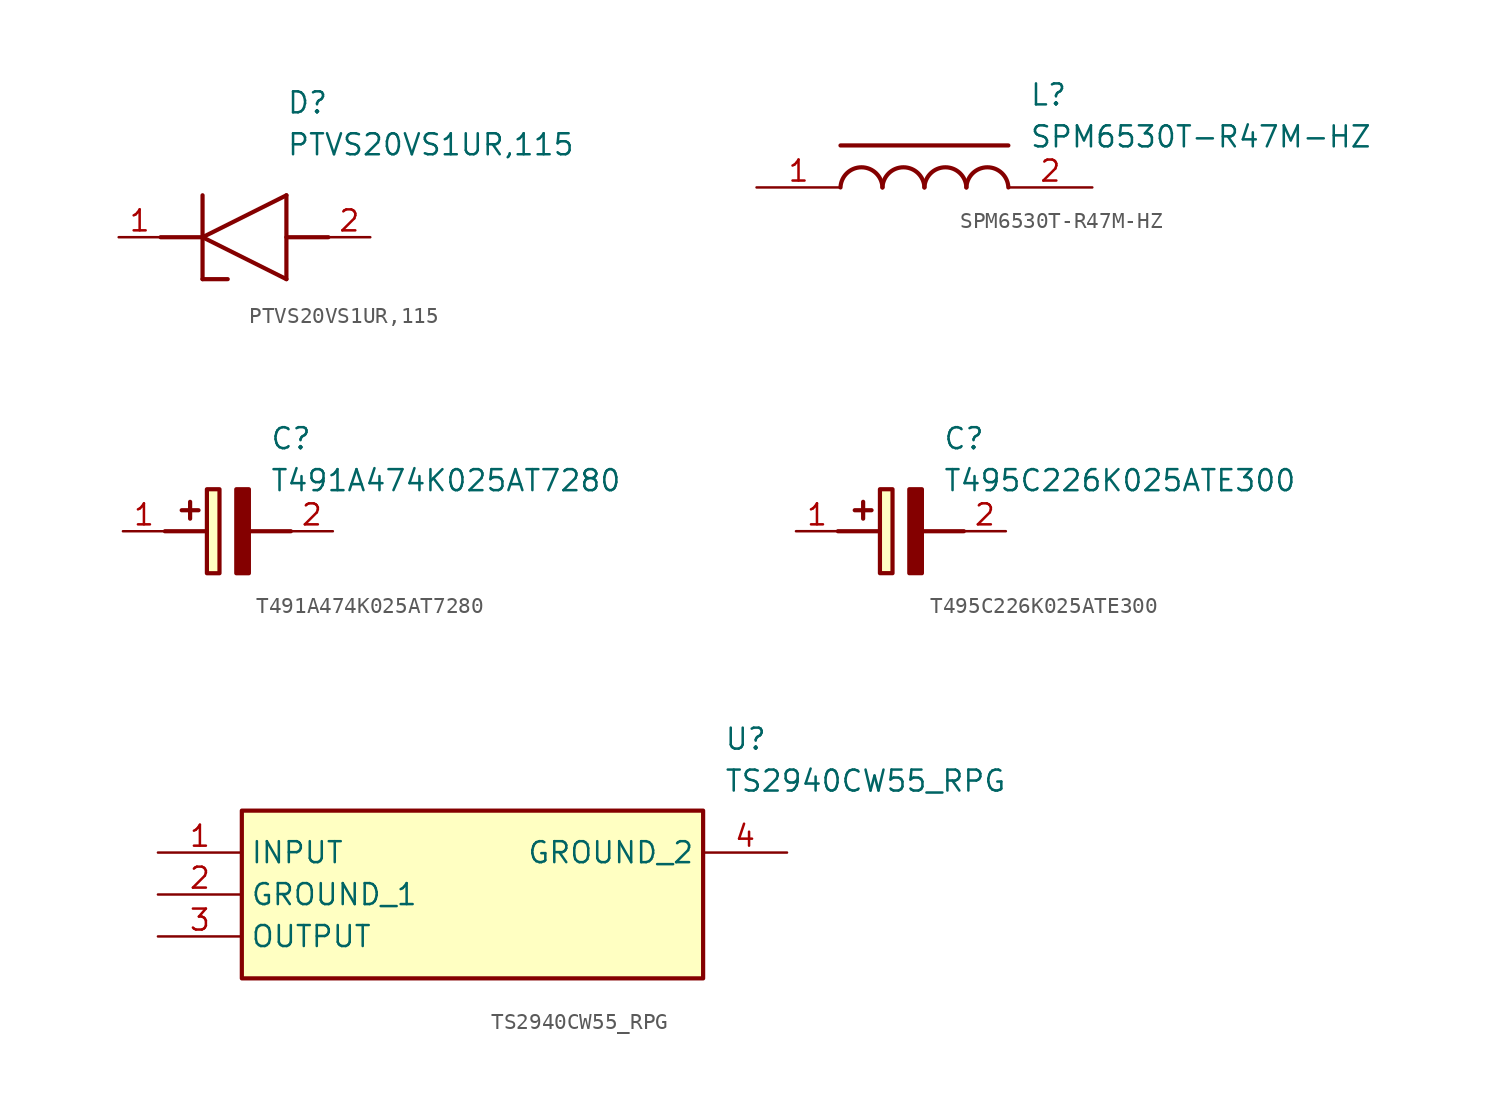
<source format=kicad_sym>
(kicad_symbol_lib
  (version 20220914)
  (generator kicad_symbol_editor)
  (symbol "PTVS20VS1UR,115"
    (pin_names hide)
    (property "Reference" "D"
      (at 10.16 8.89 0)
      (effects (font (size 1.27 1.27)) (justify left top)))
    (property "Value" "PTVS20VS1UR,115"
      (at 10.16 6.35 0)
      (effects (font (size 1.27 1.27)) (justify left top)))
    (polyline
      (pts (xy 5.08 0) (xy 10.16 2.54))
      (stroke (width 0.254) (type default))
      (fill (type none)))
    (polyline
      (pts (xy 10.16 -2.54) (xy 10.16 2.54))
      (stroke (width 0.254) (type default))
      (fill (type none)))
    (polyline
      (pts (xy 10.16 -2.54) (xy 5.08 0))
      (stroke (width 0.254) (type default))
      (fill (type none)))
    (polyline
      (pts (xy 5.08 2.54) (xy 5.08 -2.54))
      (stroke (width 0.254) (type default))
      (fill (type none)))
    (polyline
      (pts (xy 2.54 0) (xy 5.08 0))
      (stroke (width 0.254) (type default))
      (fill (type none)))
    (polyline
      (pts (xy 12.7 0) (xy 10.16 0))
      (stroke (width 0.254) (type default))
      (fill (type none)))
    (polyline
      (pts (xy 5.08 -2.54) (xy 6.604 -2.54))
      (stroke (width 0.254) (type default))
      (fill (type none)))
    (pin passive line
      (at 0 0 0)
      (length 2.54)
      (name "K" (effects (font (size 1.27 1.27))))
      (number "1" (effects (font (size 1.27 1.27)))))
    (pin passive line
      (at 15.24 0 180)
      (length 2.54)
      (name "A" (effects (font (size 1.27 1.27))))
      (number "2" (effects (font (size 1.27 1.27))))))
  (symbol "SPM6530T-R47M-HZ"
    (pin_names hide)
    (property "Reference" "L"
      (at 16.51 6.35 0)
      (effects (font (size 1.27 1.27)) (justify left top)))
    (property "Value" "SPM6530T-R47M-HZ"
      (at 16.51 3.81 0)
      (effects (font (size 1.27 1.27)) (justify left top)))
    (polyline
      (pts (xy 5.08 2.54) (xy 15.24 2.54))
      (stroke (width 0.254) (type default))
      (fill (type none)))
    (arc
      (start 7.62 0)
      (mid 6.35 1.219)
      (end 5.08 0)
      (stroke (width 0.254) (type default))
      (fill (type none)))
    (arc
      (start 10.16 0)
      (mid 8.89 1.219)
      (end 7.62 0)
      (stroke (width 0.254) (type default))
      (fill (type none)))
    (arc
      (start 12.7 0)
      (mid 11.43 1.219)
      (end 10.16 0)
      (stroke (width 0.254) (type default))
      (fill (type none)))
    (arc
      (start 15.24 0)
      (mid 13.97 1.219)
      (end 12.7 0)
      (stroke (width 0.254) (type default))
      (fill (type none)))
    (pin passive line
      (at 0 0 0)
      (length 5.08)
      (name "1" (effects (font (size 1.27 1.27))))
      (number "1" (effects (font (size 1.27 1.27)))))
    (pin passive line
      (at 20.32 0 180)
      (length 5.08)
      (name "2" (effects (font (size 1.27 1.27))))
      (number "2" (effects (font (size 1.27 1.27))))))
  (symbol "T491A474K025AT7280"
    (pin_names hide)
    (property "Reference" "C"
      (at 8.89 6.35 0)
      (effects (font (size 1.27 1.27)) (justify left top)))
    (property "Value" "T491A474K025AT7280"
      (at 8.89 3.81 0)
      (effects (font (size 1.27 1.27)) (justify left top)))
    (rectangle
      (start 5.08 2.54)
      (end 5.842 -2.54)
      (stroke (width 0.254) (type default))
      (fill (type background)))
    (polyline
      (pts (xy 4.572 1.27) (xy 3.556 1.27))
      (stroke (width 0.254) (type default))
      (fill (type none)))
    (polyline
      (pts (xy 4.064 1.778) (xy 4.064 0.762))
      (stroke (width 0.254) (type default))
      (fill (type none)))
    (polyline
      (pts (xy 2.54 0) (xy 5.08 0))
      (stroke (width 0.254) (type default))
      (fill (type none)))
    (polyline
      (pts (xy 7.62 0) (xy 10.16 0))
      (stroke (width 0.254) (type default))
      (fill (type none)))
    (polyline
      (pts (xy 7.62 2.54) (xy 7.62 -2.54) (xy 6.858 -2.54) (xy 6.858 2.54) (xy 7.62 2.54))
      (stroke (width 0.254) (type default))
      (fill (type outline)))
    (pin passive line
      (at 0 0 0)
      (length 2.54)
      (name "+" (effects (font (size 1.27 1.27))))
      (number "1" (effects (font (size 1.27 1.27)))))
    (pin passive line
      (at 12.7 0 180)
      (length 2.54)
      (name "-" (effects (font (size 1.27 1.27))))
      (number "2" (effects (font (size 1.27 1.27))))))
  (symbol "T495C226K025ATE300"
    (pin_names hide)
    (property "Reference" "C"
      (at 8.89 6.35 0)
      (effects (font (size 1.27 1.27)) (justify left top)))
    (property "Value" "T495C226K025ATE300"
      (at 8.89 3.81 0)
      (effects (font (size 1.27 1.27)) (justify left top)))
    (rectangle
      (start 5.08 2.54)
      (end 5.842 -2.54)
      (stroke (width 0.254) (type default))
      (fill (type background)))
    (polyline
      (pts (xy 4.572 1.27) (xy 3.556 1.27))
      (stroke (width 0.254) (type default))
      (fill (type none)))
    (polyline
      (pts (xy 4.064 1.778) (xy 4.064 0.762))
      (stroke (width 0.254) (type default))
      (fill (type none)))
    (polyline
      (pts (xy 2.54 0) (xy 5.08 0))
      (stroke (width 0.254) (type default))
      (fill (type none)))
    (polyline
      (pts (xy 7.62 0) (xy 10.16 0))
      (stroke (width 0.254) (type default))
      (fill (type none)))
    (polyline
      (pts (xy 7.62 2.54) (xy 7.62 -2.54) (xy 6.858 -2.54) (xy 6.858 2.54) (xy 7.62 2.54))
      (stroke (width 0.254) (type default))
      (fill (type outline)))
    (pin passive line
      (at 0 0 0)
      (length 2.54)
      (name "+" (effects (font (size 1.27 1.27))))
      (number "1" (effects (font (size 1.27 1.27)))))
    (pin passive line
      (at 12.7 0 180)
      (length 2.54)
      (name "-" (effects (font (size 1.27 1.27))))
      (number "2" (effects (font (size 1.27 1.27))))))
  (symbol "TS2940CW55_RPG"
    (property "Reference" "U"
      (at 34.29 7.62 0)
      (effects (font (size 1.27 1.27)) (justify left top)))
    (property "Value" "TS2940CW55_RPG"
      (at 34.29 5.08 0)
      (effects (font (size 1.27 1.27)) (justify left top)))
    (rectangle
      (start 5.08 2.54)
      (end 33.02 -7.62)
      (stroke (width 0.254) (type default))
      (fill (type background)))
    (pin passive line
      (at 0 0 0)
      (length 5.08)
      (name "INPUT" (effects (font (size 1.27 1.27))))
      (number "1" (effects (font (size 1.27 1.27)))))
    (pin passive line
      (at 0 -2.54 0)
      (length 5.08)
      (name "GROUND_1" (effects (font (size 1.27 1.27))))
      (number "2" (effects (font (size 1.27 1.27)))))
    (pin passive line
      (at 0 -5.08 0)
      (length 5.08)
      (name "OUTPUT" (effects (font (size 1.27 1.27))))
      (number "3" (effects (font (size 1.27 1.27)))))
    (pin passive line
      (at 38.1 0 180)
      (length 5.08)
      (name "GROUND_2" (effects (font (size 1.27 1.27))))
      (number "4" (effects (font (size 1.27 1.27)))))))
</source>
